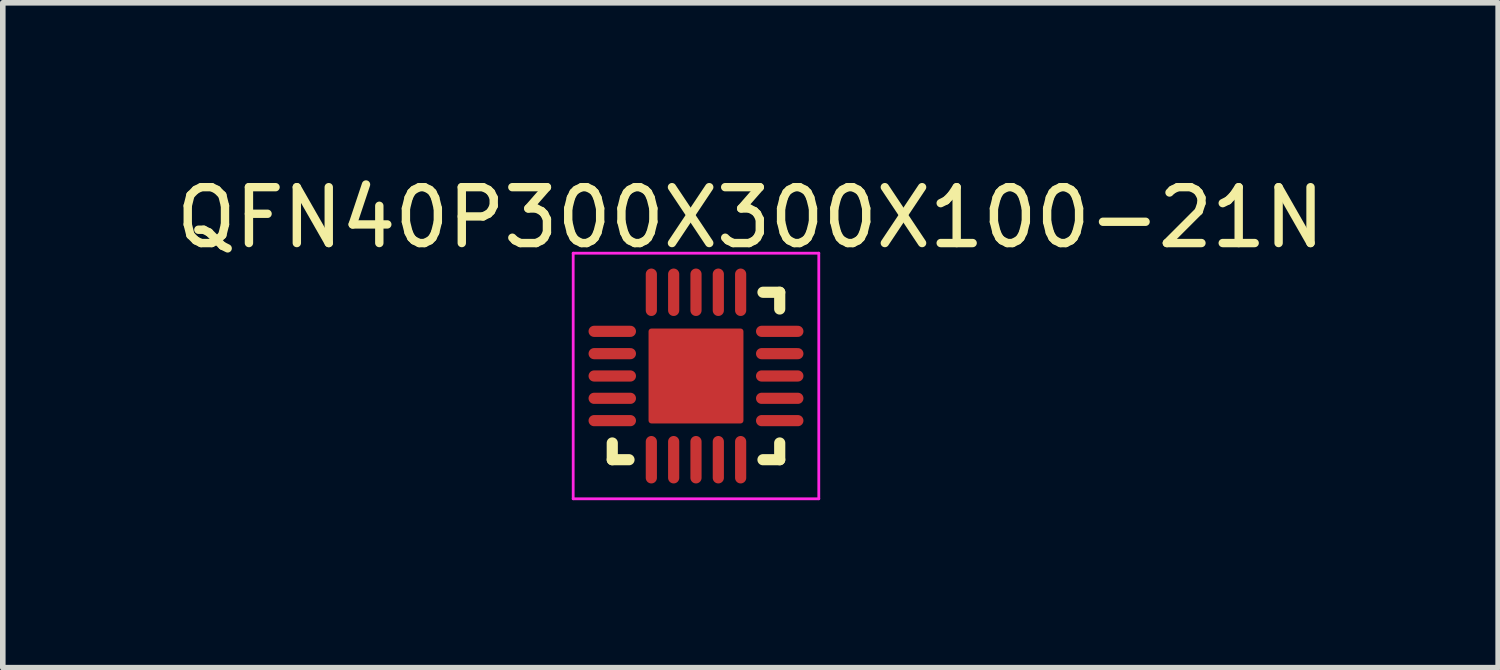
<source format=kicad_pcb>
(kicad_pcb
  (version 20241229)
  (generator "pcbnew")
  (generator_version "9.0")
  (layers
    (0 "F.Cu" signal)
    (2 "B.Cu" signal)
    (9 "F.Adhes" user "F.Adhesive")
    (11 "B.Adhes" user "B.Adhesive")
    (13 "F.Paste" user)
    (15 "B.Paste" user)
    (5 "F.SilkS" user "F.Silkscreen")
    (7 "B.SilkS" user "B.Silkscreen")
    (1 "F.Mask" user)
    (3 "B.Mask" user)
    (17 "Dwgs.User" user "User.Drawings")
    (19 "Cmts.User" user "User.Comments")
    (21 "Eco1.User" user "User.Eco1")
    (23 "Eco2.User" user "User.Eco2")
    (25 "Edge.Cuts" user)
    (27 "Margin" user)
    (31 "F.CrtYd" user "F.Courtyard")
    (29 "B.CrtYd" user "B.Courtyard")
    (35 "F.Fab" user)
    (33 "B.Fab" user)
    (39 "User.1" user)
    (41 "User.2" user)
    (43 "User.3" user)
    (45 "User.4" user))
  (footprint "QFN40P300X300X100-21N"
    (layer "F.Cu")
    (at 9.419 3.686)
    (property "Reference" "QFN40P300X300X100-21N" (at 0.976 -2.837 0) (layer "F.SilkS") (effects (font (size 1.001 1.001) (thickness 0.15))))
    (attr through_hole)
    (fp_line (start -1.5 1.5) (end -1.5 1.2) (stroke (width 0.2) (type solid)) (layer "F.SilkS"))
    (fp_line (start -1.2 1.5) (end -1.5 1.5) (stroke (width 0.2) (type solid)) (layer "F.SilkS"))
    (fp_line (start 1.2 -1.5) (end 1.5 -1.5) (stroke (width 0.2) (type solid)) (layer "F.SilkS"))
    (fp_line (start 1.5 -1.5) (end 1.5 -1.2) (stroke (width 0.2) (type solid)) (layer "F.SilkS"))
    (fp_line (start 1.5 1.2) (end 1.5 1.5) (stroke (width 0.2) (type solid)) (layer "F.SilkS"))
    (fp_line (start 1.5 1.5) (end 1.2 1.5) (stroke (width 0.2) (type solid)) (layer "F.SilkS"))
    (fp_poly (pts (xy -0.54 -0.54) (xy 0.54 -0.54) (xy 0.54 0.54) (xy -0.54 0.54)) (stroke (width 0.01) (type solid)) (fill yes) (layer "F.Paste"))
    (fp_line (start -2.2 -2.2) (end 2.2 -2.2) (stroke (width 0.05) (type solid)) (layer "F.CrtYd"))
    (fp_line (start -2.2 2.2) (end -2.2 -2.2) (stroke (width 0.05) (type solid)) (layer "F.CrtYd"))
    (fp_line (start 2.2 -2.2) (end 2.2 2.2) (stroke (width 0.05) (type solid)) (layer "F.CrtYd"))
    (fp_line (start 2.2 2.2) (end -2.2 2.2) (stroke (width 0.05) (type solid)) (layer "F.CrtYd"))
    (pad "1" smd oval (at -1.5 -0.8) (size 0.85 0.2) (layers "F.Cu" "F.Mask" "F.Paste"))
    (pad "2" smd oval (at -1.5 -0.4) (size 0.85 0.2) (layers "F.Cu" "F.Mask" "F.Paste"))
    (pad "3" smd oval (at -1.5 0) (size 0.85 0.2) (layers "F.Cu" "F.Mask" "F.Paste"))
    (pad "4" smd oval (at -1.5 0.4) (size 0.85 0.2) (layers "F.Cu" "F.Mask" "F.Paste"))
    (pad "5" smd oval (at -1.5 0.8) (size 0.85 0.2) (layers "F.Cu" "F.Mask" "F.Paste"))
    (pad "6" smd oval (at -0.8 1.5 90) (size 0.85 0.2) (layers "F.Cu" "F.Mask" "F.Paste"))
    (pad "7" smd oval (at -0.4 1.5 90) (size 0.85 0.2) (layers "F.Cu" "F.Mask" "F.Paste"))
    (pad "8" smd oval (at 0 1.5 90) (size 0.85 0.2) (layers "F.Cu" "F.Mask" "F.Paste"))
    (pad "9" smd oval (at 0.4 1.5 90) (size 0.85 0.2) (layers "F.Cu" "F.Mask" "F.Paste"))
    (pad "10" smd oval (at 0.8 1.5 90) (size 0.85 0.2) (layers "F.Cu" "F.Mask" "F.Paste"))
    (pad "11" smd oval (at 1.5 0.8 180) (size 0.85 0.2) (layers "F.Cu" "F.Mask" "F.Paste"))
    (pad "12" smd oval (at 1.5 0.4 180) (size 0.85 0.2) (layers "F.Cu" "F.Mask" "F.Paste"))
    (pad "13" smd oval (at 1.5 0 180) (size 0.85 0.2) (layers "F.Cu" "F.Mask" "F.Paste"))
    (pad "14" smd oval (at 1.5 -0.4 180) (size 0.85 0.2) (layers "F.Cu" "F.Mask" "F.Paste"))
    (pad "15" smd oval (at 1.5 -0.8 180) (size 0.85 0.2) (layers "F.Cu" "F.Mask" "F.Paste"))
    (pad "16" smd oval (at 0.8 -1.5 270) (size 0.85 0.2) (layers "F.Cu" "F.Mask" "F.Paste"))
    (pad "17" smd oval (at 0.4 -1.5 270) (size 0.85 0.2) (layers "F.Cu" "F.Mask" "F.Paste"))
    (pad "18" smd oval (at 0 -1.5 270) (size 0.85 0.2) (layers "F.Cu" "F.Mask" "F.Paste"))
    (pad "19" smd oval (at -0.4 -1.5 270) (size 0.85 0.2) (layers "F.Cu" "F.Mask" "F.Paste"))
    (pad "20" smd oval (at -0.8 -1.5 270) (size 0.85 0.2) (layers "F.Cu" "F.Mask" "F.Paste"))
    (pad "21" smd roundrect (at 0 0) (size 1.7 1.7) (layers "F.Cu" "F.Mask") (roundrect_rratio 0.03)))
  (gr_rect
    (start -3 -3)
    (end 23.79 8.911)
    (stroke (width 0.1) (type default))
    (fill no)
    (layer "Edge.Cuts")))
</source>
